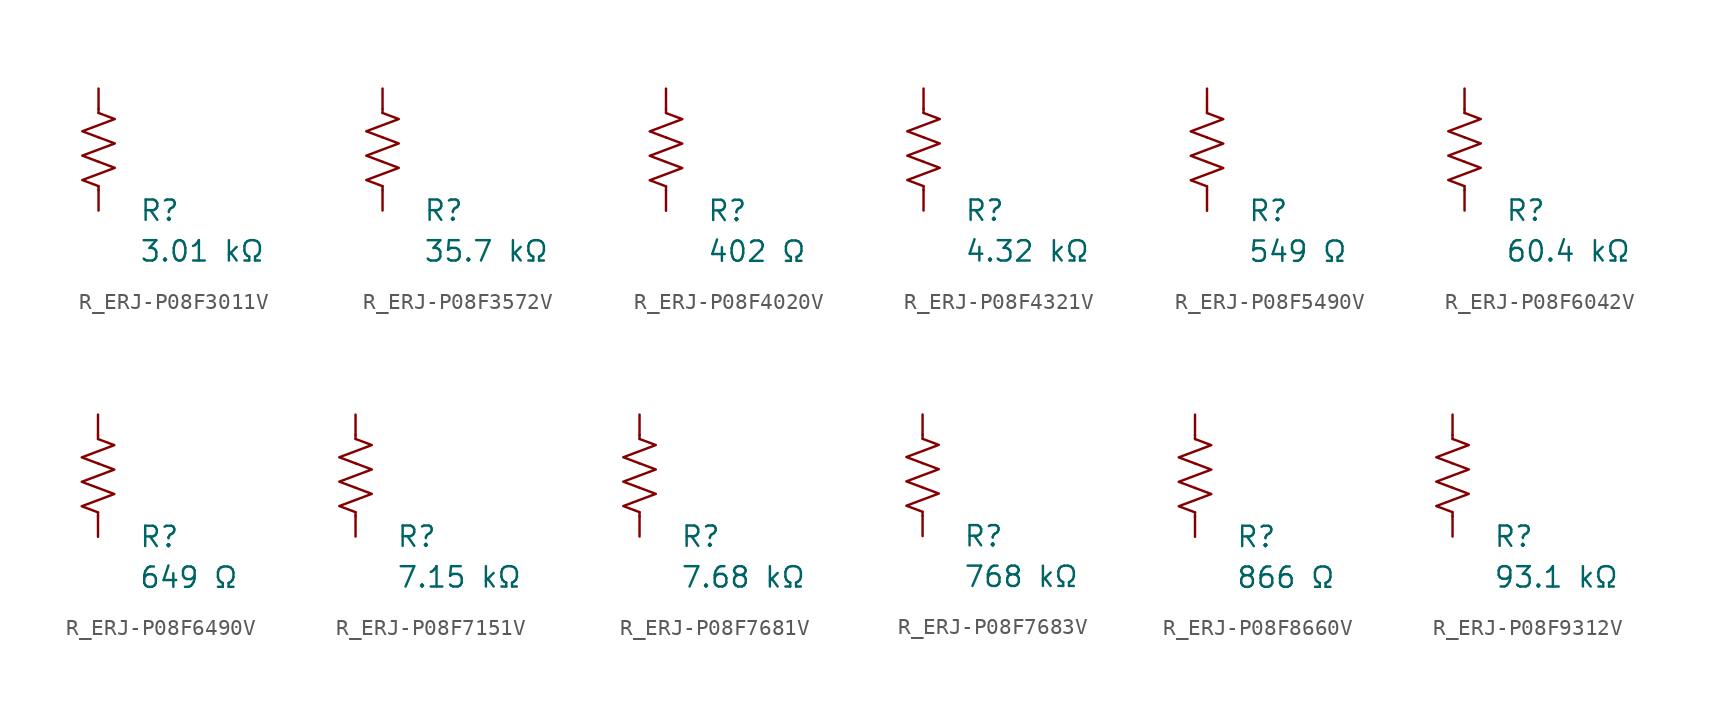
<source format=kicad_sym>
(kicad_symbol_lib
  (version 20231120)
  (generator "kicad_symbol_editor")
  (generator_version "8.0")
  (symbol "R_ERJ-P08F3011V"
    (pin_numbers hide)
    (pin_names
      (offset 0))
    (property "Reference" "R"
      (at 2.54 -3.81 0)
      (effects (font (size 1.27 1.27)) (justify left))
      (show_name no))
    (property "Value" "3.01 kΩ"
      (at 2.54 -6.35 0)
      (effects (font (size 1.27 1.27)) (justify left))
      (show_name no))
    (symbol "R_ERJ-P08F3011V_0_1"
      (polyline (pts (xy 0 -2.286) (xy 0 -2.54)) (stroke (width 0) (type default)) (fill (type none)))
      (polyline (pts (xy 0 2.286) (xy 0 2.54)) (stroke (width 0) (type default)) (fill (type none)))
      (polyline (pts (xy 0 -0.762) (xy 1.016 -1.143) (xy 0 -1.524) (xy -1.016 -1.905) (xy 0 -2.286)) (stroke (width 0) (type default)) (fill (type none)))
      (polyline (pts (xy 0 0.762) (xy 1.016 0.381) (xy 0 0) (xy -1.016 -0.381) (xy 0 -0.762)) (stroke (width 0) (type default)) (fill (type none)))
      (polyline (pts (xy 0 2.286) (xy 1.016 1.905) (xy 0 1.524) (xy -1.016 1.143) (xy 0 0.762)) (stroke (width 0) (type default)) (fill (type none))))
    (symbol "R_ERJ-P08F3011V_1_1"
      (pin passive line (at 0 3.81 270) (length 1.27) (name "~" (effects (font (size 1.27 1.27)))) (number "1" (effects (font (size 1.27 1.27)))))
      (pin passive line (at 0 -3.81 90) (length 1.27) (name "~" (effects (font (size 1.27 1.27)))) (number "2" (effects (font (size 1.27 1.27)))))))
  (symbol "R_ERJ-P08F3572V"
    (pin_numbers hide)
    (pin_names
      (offset 0))
    (property "Reference" "R"
      (at 2.54 -3.81 0)
      (effects (font (size 1.27 1.27)) (justify left))
      (show_name no))
    (property "Value" "35.7 kΩ"
      (at 2.54 -6.35 0)
      (effects (font (size 1.27 1.27)) (justify left))
      (show_name no))
    (symbol "R_ERJ-P08F3572V_0_1"
      (polyline (pts (xy 0 -2.286) (xy 0 -2.54)) (stroke (width 0) (type default)) (fill (type none)))
      (polyline (pts (xy 0 2.286) (xy 0 2.54)) (stroke (width 0) (type default)) (fill (type none)))
      (polyline (pts (xy 0 -0.762) (xy 1.016 -1.143) (xy 0 -1.524) (xy -1.016 -1.905) (xy 0 -2.286)) (stroke (width 0) (type default)) (fill (type none)))
      (polyline (pts (xy 0 0.762) (xy 1.016 0.381) (xy 0 0) (xy -1.016 -0.381) (xy 0 -0.762)) (stroke (width 0) (type default)) (fill (type none)))
      (polyline (pts (xy 0 2.286) (xy 1.016 1.905) (xy 0 1.524) (xy -1.016 1.143) (xy 0 0.762)) (stroke (width 0) (type default)) (fill (type none))))
    (symbol "R_ERJ-P08F3572V_1_1"
      (pin passive line (at 0 3.81 270) (length 1.27) (name "~" (effects (font (size 1.27 1.27)))) (number "1" (effects (font (size 1.27 1.27)))))
      (pin passive line (at 0 -3.81 90) (length 1.27) (name "~" (effects (font (size 1.27 1.27)))) (number "2" (effects (font (size 1.27 1.27)))))))
  (symbol "R_ERJ-P08F4020V"
    (pin_numbers hide)
    (pin_names
      (offset 0))
    (property "Reference" "R"
      (at 2.54 -3.81 0)
      (effects (font (size 1.27 1.27)) (justify left))
      (show_name no))
    (property "Value" "402 Ω"
      (at 2.54 -6.35 0)
      (effects (font (size 1.27 1.27)) (justify left))
      (show_name no))
    (symbol "R_ERJ-P08F4020V_0_1"
      (polyline (pts (xy 0 -2.286) (xy 0 -2.54)) (stroke (width 0) (type default)) (fill (type none)))
      (polyline (pts (xy 0 2.286) (xy 0 2.54)) (stroke (width 0) (type default)) (fill (type none)))
      (polyline (pts (xy 0 -0.762) (xy 1.016 -1.143) (xy 0 -1.524) (xy -1.016 -1.905) (xy 0 -2.286)) (stroke (width 0) (type default)) (fill (type none)))
      (polyline (pts (xy 0 0.762) (xy 1.016 0.381) (xy 0 0) (xy -1.016 -0.381) (xy 0 -0.762)) (stroke (width 0) (type default)) (fill (type none)))
      (polyline (pts (xy 0 2.286) (xy 1.016 1.905) (xy 0 1.524) (xy -1.016 1.143) (xy 0 0.762)) (stroke (width 0) (type default)) (fill (type none))))
    (symbol "R_ERJ-P08F4020V_1_1"
      (pin passive line (at 0 3.81 270) (length 1.27) (name "~" (effects (font (size 1.27 1.27)))) (number "1" (effects (font (size 1.27 1.27)))))
      (pin passive line (at 0 -3.81 90) (length 1.27) (name "~" (effects (font (size 1.27 1.27)))) (number "2" (effects (font (size 1.27 1.27)))))))
  (symbol "R_ERJ-P08F4321V"
    (pin_numbers hide)
    (pin_names
      (offset 0))
    (property "Reference" "R"
      (at 2.54 -3.81 0)
      (effects (font (size 1.27 1.27)) (justify left))
      (show_name no))
    (property "Value" "4.32 kΩ"
      (at 2.54 -6.35 0)
      (effects (font (size 1.27 1.27)) (justify left))
      (show_name no))
    (symbol "R_ERJ-P08F4321V_0_1"
      (polyline (pts (xy 0 -2.286) (xy 0 -2.54)) (stroke (width 0) (type default)) (fill (type none)))
      (polyline (pts (xy 0 2.286) (xy 0 2.54)) (stroke (width 0) (type default)) (fill (type none)))
      (polyline (pts (xy 0 -0.762) (xy 1.016 -1.143) (xy 0 -1.524) (xy -1.016 -1.905) (xy 0 -2.286)) (stroke (width 0) (type default)) (fill (type none)))
      (polyline (pts (xy 0 0.762) (xy 1.016 0.381) (xy 0 0) (xy -1.016 -0.381) (xy 0 -0.762)) (stroke (width 0) (type default)) (fill (type none)))
      (polyline (pts (xy 0 2.286) (xy 1.016 1.905) (xy 0 1.524) (xy -1.016 1.143) (xy 0 0.762)) (stroke (width 0) (type default)) (fill (type none))))
    (symbol "R_ERJ-P08F4321V_1_1"
      (pin passive line (at 0 3.81 270) (length 1.27) (name "~" (effects (font (size 1.27 1.27)))) (number "1" (effects (font (size 1.27 1.27)))))
      (pin passive line (at 0 -3.81 90) (length 1.27) (name "~" (effects (font (size 1.27 1.27)))) (number "2" (effects (font (size 1.27 1.27)))))))
  (symbol "R_ERJ-P08F5490V"
    (pin_numbers hide)
    (pin_names
      (offset 0))
    (property "Reference" "R"
      (at 2.54 -3.81 0)
      (effects (font (size 1.27 1.27)) (justify left))
      (show_name no))
    (property "Value" "549 Ω"
      (at 2.54 -6.35 0)
      (effects (font (size 1.27 1.27)) (justify left))
      (show_name no))
    (symbol "R_ERJ-P08F5490V_0_1"
      (polyline (pts (xy 0 -2.286) (xy 0 -2.54)) (stroke (width 0) (type default)) (fill (type none)))
      (polyline (pts (xy 0 2.286) (xy 0 2.54)) (stroke (width 0) (type default)) (fill (type none)))
      (polyline (pts (xy 0 -0.762) (xy 1.016 -1.143) (xy 0 -1.524) (xy -1.016 -1.905) (xy 0 -2.286)) (stroke (width 0) (type default)) (fill (type none)))
      (polyline (pts (xy 0 0.762) (xy 1.016 0.381) (xy 0 0) (xy -1.016 -0.381) (xy 0 -0.762)) (stroke (width 0) (type default)) (fill (type none)))
      (polyline (pts (xy 0 2.286) (xy 1.016 1.905) (xy 0 1.524) (xy -1.016 1.143) (xy 0 0.762)) (stroke (width 0) (type default)) (fill (type none))))
    (symbol "R_ERJ-P08F5490V_1_1"
      (pin passive line (at 0 3.81 270) (length 1.27) (name "~" (effects (font (size 1.27 1.27)))) (number "1" (effects (font (size 1.27 1.27)))))
      (pin passive line (at 0 -3.81 90) (length 1.27) (name "~" (effects (font (size 1.27 1.27)))) (number "2" (effects (font (size 1.27 1.27)))))))
  (symbol "R_ERJ-P08F6042V"
    (pin_numbers hide)
    (pin_names
      (offset 0))
    (property "Reference" "R"
      (at 2.54 -3.81 0)
      (effects (font (size 1.27 1.27)) (justify left))
      (show_name no))
    (property "Value" "60.4 kΩ"
      (at 2.54 -6.35 0)
      (effects (font (size 1.27 1.27)) (justify left))
      (show_name no))
    (symbol "R_ERJ-P08F6042V_0_1"
      (polyline (pts (xy 0 -2.286) (xy 0 -2.54)) (stroke (width 0) (type default)) (fill (type none)))
      (polyline (pts (xy 0 2.286) (xy 0 2.54)) (stroke (width 0) (type default)) (fill (type none)))
      (polyline (pts (xy 0 -0.762) (xy 1.016 -1.143) (xy 0 -1.524) (xy -1.016 -1.905) (xy 0 -2.286)) (stroke (width 0) (type default)) (fill (type none)))
      (polyline (pts (xy 0 0.762) (xy 1.016 0.381) (xy 0 0) (xy -1.016 -0.381) (xy 0 -0.762)) (stroke (width 0) (type default)) (fill (type none)))
      (polyline (pts (xy 0 2.286) (xy 1.016 1.905) (xy 0 1.524) (xy -1.016 1.143) (xy 0 0.762)) (stroke (width 0) (type default)) (fill (type none))))
    (symbol "R_ERJ-P08F6042V_1_1"
      (pin passive line (at 0 3.81 270) (length 1.27) (name "~" (effects (font (size 1.27 1.27)))) (number "1" (effects (font (size 1.27 1.27)))))
      (pin passive line (at 0 -3.81 90) (length 1.27) (name "~" (effects (font (size 1.27 1.27)))) (number "2" (effects (font (size 1.27 1.27)))))))
  (symbol "R_ERJ-P08F6490V"
    (pin_numbers hide)
    (pin_names
      (offset 0))
    (property "Reference" "R"
      (at 2.54 -3.81 0)
      (effects (font (size 1.27 1.27)) (justify left))
      (show_name no))
    (property "Value" "649 Ω"
      (at 2.54 -6.35 0)
      (effects (font (size 1.27 1.27)) (justify left))
      (show_name no))
    (symbol "R_ERJ-P08F6490V_0_1"
      (polyline (pts (xy 0 -2.286) (xy 0 -2.54)) (stroke (width 0) (type default)) (fill (type none)))
      (polyline (pts (xy 0 2.286) (xy 0 2.54)) (stroke (width 0) (type default)) (fill (type none)))
      (polyline (pts (xy 0 -0.762) (xy 1.016 -1.143) (xy 0 -1.524) (xy -1.016 -1.905) (xy 0 -2.286)) (stroke (width 0) (type default)) (fill (type none)))
      (polyline (pts (xy 0 0.762) (xy 1.016 0.381) (xy 0 0) (xy -1.016 -0.381) (xy 0 -0.762)) (stroke (width 0) (type default)) (fill (type none)))
      (polyline (pts (xy 0 2.286) (xy 1.016 1.905) (xy 0 1.524) (xy -1.016 1.143) (xy 0 0.762)) (stroke (width 0) (type default)) (fill (type none))))
    (symbol "R_ERJ-P08F6490V_1_1"
      (pin passive line (at 0 3.81 270) (length 1.27) (name "~" (effects (font (size 1.27 1.27)))) (number "1" (effects (font (size 1.27 1.27)))))
      (pin passive line (at 0 -3.81 90) (length 1.27) (name "~" (effects (font (size 1.27 1.27)))) (number "2" (effects (font (size 1.27 1.27)))))))
  (symbol "R_ERJ-P08F7151V"
    (pin_numbers hide)
    (pin_names
      (offset 0))
    (property "Reference" "R"
      (at 2.54 -3.81 0)
      (effects (font (size 1.27 1.27)) (justify left))
      (show_name no))
    (property "Value" "7.15 kΩ"
      (at 2.54 -6.35 0)
      (effects (font (size 1.27 1.27)) (justify left))
      (show_name no))
    (symbol "R_ERJ-P08F7151V_0_1"
      (polyline (pts (xy 0 -2.286) (xy 0 -2.54)) (stroke (width 0) (type default)) (fill (type none)))
      (polyline (pts (xy 0 2.286) (xy 0 2.54)) (stroke (width 0) (type default)) (fill (type none)))
      (polyline (pts (xy 0 -0.762) (xy 1.016 -1.143) (xy 0 -1.524) (xy -1.016 -1.905) (xy 0 -2.286)) (stroke (width 0) (type default)) (fill (type none)))
      (polyline (pts (xy 0 0.762) (xy 1.016 0.381) (xy 0 0) (xy -1.016 -0.381) (xy 0 -0.762)) (stroke (width 0) (type default)) (fill (type none)))
      (polyline (pts (xy 0 2.286) (xy 1.016 1.905) (xy 0 1.524) (xy -1.016 1.143) (xy 0 0.762)) (stroke (width 0) (type default)) (fill (type none))))
    (symbol "R_ERJ-P08F7151V_1_1"
      (pin passive line (at 0 3.81 270) (length 1.27) (name "~" (effects (font (size 1.27 1.27)))) (number "1" (effects (font (size 1.27 1.27)))))
      (pin passive line (at 0 -3.81 90) (length 1.27) (name "~" (effects (font (size 1.27 1.27)))) (number "2" (effects (font (size 1.27 1.27)))))))
  (symbol "R_ERJ-P08F7681V"
    (pin_numbers hide)
    (pin_names
      (offset 0))
    (property "Reference" "R"
      (at 2.54 -3.81 0)
      (effects (font (size 1.27 1.27)) (justify left))
      (show_name no))
    (property "Value" "7.68 kΩ"
      (at 2.54 -6.35 0)
      (effects (font (size 1.27 1.27)) (justify left))
      (show_name no))
    (symbol "R_ERJ-P08F7681V_0_1"
      (polyline (pts (xy 0 -2.286) (xy 0 -2.54)) (stroke (width 0) (type default)) (fill (type none)))
      (polyline (pts (xy 0 2.286) (xy 0 2.54)) (stroke (width 0) (type default)) (fill (type none)))
      (polyline (pts (xy 0 -0.762) (xy 1.016 -1.143) (xy 0 -1.524) (xy -1.016 -1.905) (xy 0 -2.286)) (stroke (width 0) (type default)) (fill (type none)))
      (polyline (pts (xy 0 0.762) (xy 1.016 0.381) (xy 0 0) (xy -1.016 -0.381) (xy 0 -0.762)) (stroke (width 0) (type default)) (fill (type none)))
      (polyline (pts (xy 0 2.286) (xy 1.016 1.905) (xy 0 1.524) (xy -1.016 1.143) (xy 0 0.762)) (stroke (width 0) (type default)) (fill (type none))))
    (symbol "R_ERJ-P08F7681V_1_1"
      (pin passive line (at 0 3.81 270) (length 1.27) (name "~" (effects (font (size 1.27 1.27)))) (number "1" (effects (font (size 1.27 1.27)))))
      (pin passive line (at 0 -3.81 90) (length 1.27) (name "~" (effects (font (size 1.27 1.27)))) (number "2" (effects (font (size 1.27 1.27)))))))
  (symbol "R_ERJ-P08F7683V"
    (pin_numbers hide)
    (pin_names
      (offset 0))
    (property "Reference" "R"
      (at 2.54 -3.81 0)
      (effects (font (size 1.27 1.27)) (justify left))
      (show_name no))
    (property "Value" "768 kΩ"
      (at 2.54 -6.35 0)
      (effects (font (size 1.27 1.27)) (justify left))
      (show_name no))
    (symbol "R_ERJ-P08F7683V_0_1"
      (polyline (pts (xy 0 -2.286) (xy 0 -2.54)) (stroke (width 0) (type default)) (fill (type none)))
      (polyline (pts (xy 0 2.286) (xy 0 2.54)) (stroke (width 0) (type default)) (fill (type none)))
      (polyline (pts (xy 0 -0.762) (xy 1.016 -1.143) (xy 0 -1.524) (xy -1.016 -1.905) (xy 0 -2.286)) (stroke (width 0) (type default)) (fill (type none)))
      (polyline (pts (xy 0 0.762) (xy 1.016 0.381) (xy 0 0) (xy -1.016 -0.381) (xy 0 -0.762)) (stroke (width 0) (type default)) (fill (type none)))
      (polyline (pts (xy 0 2.286) (xy 1.016 1.905) (xy 0 1.524) (xy -1.016 1.143) (xy 0 0.762)) (stroke (width 0) (type default)) (fill (type none))))
    (symbol "R_ERJ-P08F7683V_1_1"
      (pin passive line (at 0 3.81 270) (length 1.27) (name "~" (effects (font (size 1.27 1.27)))) (number "1" (effects (font (size 1.27 1.27)))))
      (pin passive line (at 0 -3.81 90) (length 1.27) (name "~" (effects (font (size 1.27 1.27)))) (number "2" (effects (font (size 1.27 1.27)))))))
  (symbol "R_ERJ-P08F8660V"
    (pin_numbers hide)
    (pin_names
      (offset 0))
    (property "Reference" "R"
      (at 2.54 -3.81 0)
      (effects (font (size 1.27 1.27)) (justify left))
      (show_name no))
    (property "Value" "866 Ω"
      (at 2.54 -6.35 0)
      (effects (font (size 1.27 1.27)) (justify left))
      (show_name no))
    (symbol "R_ERJ-P08F8660V_0_1"
      (polyline (pts (xy 0 -2.286) (xy 0 -2.54)) (stroke (width 0) (type default)) (fill (type none)))
      (polyline (pts (xy 0 2.286) (xy 0 2.54)) (stroke (width 0) (type default)) (fill (type none)))
      (polyline (pts (xy 0 -0.762) (xy 1.016 -1.143) (xy 0 -1.524) (xy -1.016 -1.905) (xy 0 -2.286)) (stroke (width 0) (type default)) (fill (type none)))
      (polyline (pts (xy 0 0.762) (xy 1.016 0.381) (xy 0 0) (xy -1.016 -0.381) (xy 0 -0.762)) (stroke (width 0) (type default)) (fill (type none)))
      (polyline (pts (xy 0 2.286) (xy 1.016 1.905) (xy 0 1.524) (xy -1.016 1.143) (xy 0 0.762)) (stroke (width 0) (type default)) (fill (type none))))
    (symbol "R_ERJ-P08F8660V_1_1"
      (pin passive line (at 0 3.81 270) (length 1.27) (name "~" (effects (font (size 1.27 1.27)))) (number "1" (effects (font (size 1.27 1.27)))))
      (pin passive line (at 0 -3.81 90) (length 1.27) (name "~" (effects (font (size 1.27 1.27)))) (number "2" (effects (font (size 1.27 1.27)))))))
  (symbol "R_ERJ-P08F9312V"
    (pin_numbers hide)
    (pin_names
      (offset 0))
    (property "Reference" "R"
      (at 2.54 -3.81 0)
      (effects (font (size 1.27 1.27)) (justify left))
      (show_name no))
    (property "Value" "93.1 kΩ"
      (at 2.54 -6.35 0)
      (effects (font (size 1.27 1.27)) (justify left))
      (show_name no))
    (symbol "R_ERJ-P08F9312V_0_1"
      (polyline (pts (xy 0 -2.286) (xy 0 -2.54)) (stroke (width 0) (type default)) (fill (type none)))
      (polyline (pts (xy 0 2.286) (xy 0 2.54)) (stroke (width 0) (type default)) (fill (type none)))
      (polyline (pts (xy 0 -0.762) (xy 1.016 -1.143) (xy 0 -1.524) (xy -1.016 -1.905) (xy 0 -2.286)) (stroke (width 0) (type default)) (fill (type none)))
      (polyline (pts (xy 0 0.762) (xy 1.016 0.381) (xy 0 0) (xy -1.016 -0.381) (xy 0 -0.762)) (stroke (width 0) (type default)) (fill (type none)))
      (polyline (pts (xy 0 2.286) (xy 1.016 1.905) (xy 0 1.524) (xy -1.016 1.143) (xy 0 0.762)) (stroke (width 0) (type default)) (fill (type none))))
    (symbol "R_ERJ-P08F9312V_1_1"
      (pin passive line (at 0 3.81 270) (length 1.27) (name "~" (effects (font (size 1.27 1.27)))) (number "1" (effects (font (size 1.27 1.27)))))
      (pin passive line (at 0 -3.81 90) (length 1.27) (name "~" (effects (font (size 1.27 1.27)))) (number "2" (effects (font (size 1.27 1.27))))))))
</source>
